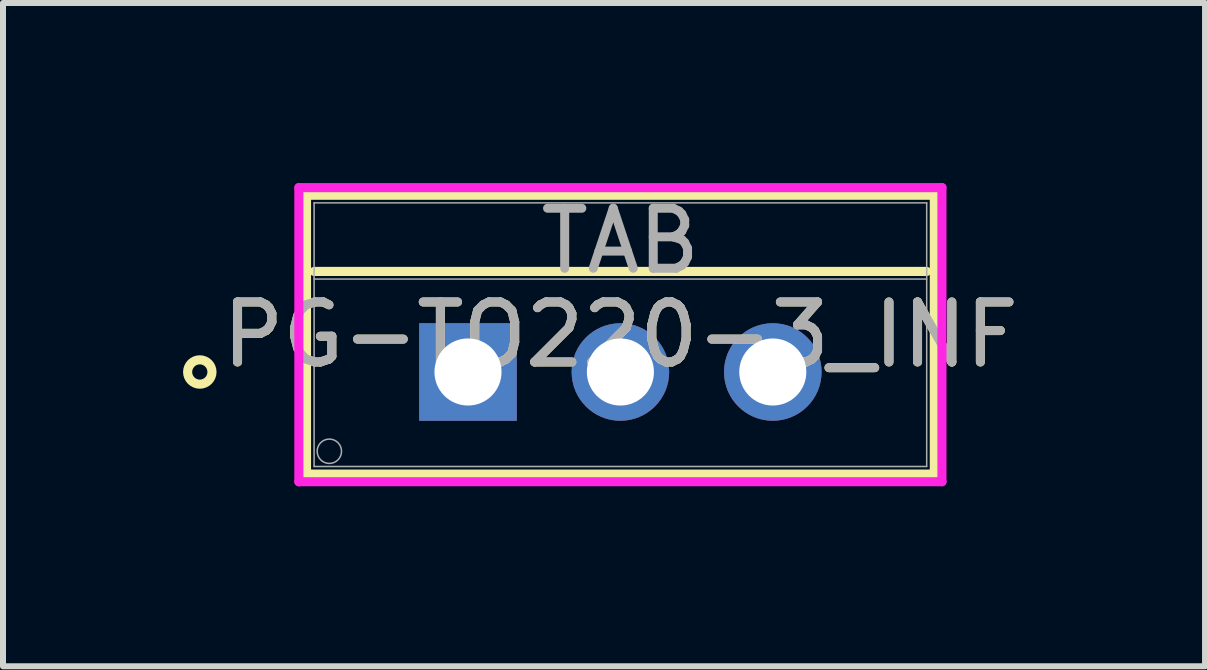
<source format=kicad_pcb>
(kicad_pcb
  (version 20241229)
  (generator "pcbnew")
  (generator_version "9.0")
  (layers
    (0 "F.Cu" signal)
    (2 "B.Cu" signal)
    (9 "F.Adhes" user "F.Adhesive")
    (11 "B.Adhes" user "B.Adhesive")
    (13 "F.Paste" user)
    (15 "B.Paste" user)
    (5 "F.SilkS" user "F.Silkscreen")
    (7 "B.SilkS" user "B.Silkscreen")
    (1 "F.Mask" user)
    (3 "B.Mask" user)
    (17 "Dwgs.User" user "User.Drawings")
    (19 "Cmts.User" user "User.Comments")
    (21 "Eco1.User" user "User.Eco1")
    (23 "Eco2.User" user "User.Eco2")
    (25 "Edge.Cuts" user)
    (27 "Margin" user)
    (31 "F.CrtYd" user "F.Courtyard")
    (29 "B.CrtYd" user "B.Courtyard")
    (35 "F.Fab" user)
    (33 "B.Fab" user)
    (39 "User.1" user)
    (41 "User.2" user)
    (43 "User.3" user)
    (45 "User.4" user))
  (footprint "PG-TO220-3_INF"
    (layer "F.Cu")
    (at 4.75 3.15)
    (property "Reference" "PG-TO220-3_INF" (at 2.54 -0.622 0) (unlocked yes) (layer "F.SilkS") (effects (font (size 1 1) (thickness 0.15))))
    (attr through_hole)
    (fp_line (start -2.692 -2.946) (end -2.692 1.702) (stroke (width 0.152) (type solid)) (layer "F.SilkS"))
    (fp_line (start -2.692 1.702) (end 7.772 1.702) (stroke (width 0.152) (type solid)) (layer "F.SilkS"))
    (fp_line (start -2.565 -1.676) (end 7.645 -1.676) (stroke (width 0.152) (type solid)) (layer "F.SilkS"))
    (fp_line (start 7.772 -2.946) (end -2.692 -2.946) (stroke (width 0.152) (type solid)) (layer "F.SilkS"))
    (fp_line (start 7.772 1.702) (end 7.772 -2.946) (stroke (width 0.152) (type solid)) (layer "F.SilkS"))
    (fp_circle (center -4.47 0) (end -4.267 0) (stroke (width 0.152) (type solid)) (fill no) (layer "F.SilkS"))
    (fp_line (start -2.819 -3.073) (end -2.819 1.829) (stroke (width 0.152) (type solid)) (layer "F.CrtYd"))
    (fp_line (start -2.819 1.829) (end 7.899 1.829) (stroke (width 0.152) (type solid)) (layer "F.CrtYd"))
    (fp_line (start 7.899 -3.073) (end -2.819 -3.073) (stroke (width 0.152) (type solid)) (layer "F.CrtYd"))
    (fp_line (start 7.899 1.829) (end 7.899 -3.073) (stroke (width 0.152) (type solid)) (layer "F.CrtYd"))
    (fp_line (start -2.565 -2.819) (end -2.565 1.575) (stroke (width 0.025) (type solid)) (layer "F.Fab"))
    (fp_line (start -2.565 -1.549) (end 7.645 -1.549) (stroke (width 0.025) (type solid)) (layer "F.Fab"))
    (fp_line (start -2.565 1.575) (end 7.645 1.575) (stroke (width 0.025) (type solid)) (layer "F.Fab"))
    (fp_line (start 7.645 -2.819) (end -2.565 -2.819) (stroke (width 0.025) (type solid)) (layer "F.Fab"))
    (fp_line (start 7.645 1.575) (end 7.645 -2.819) (stroke (width 0.025) (type solid)) (layer "F.Fab"))
    (fp_circle (center -2.311 1.321) (end -2.108 1.321) (stroke (width 0.025) (type solid)) (fill no) (layer "F.Fab"))
    (fp_text user "${REFERENCE}" (at 2.54 -0.622 0) (unlocked yes) (layer "F.Fab") (effects (font (size 1 1) (thickness 0.15))))
    (fp_text user "TAB" (at 2.54 -2.184 0) (unlocked yes) (layer "F.Fab") (effects (font (size 1 1) (thickness 0.15))))
    (pad "1" thru_hole rect (at 0 0) (size 1.626 1.626) (drill 1.118) (layers "*.Cu" "*.Mask"))
    (pad "2" thru_hole circle (at 2.54 0) (size 1.626 1.626) (drill 1.118) (layers "*.Cu" "*.Mask"))
    (pad "3" thru_hole circle (at 5.08 0) (size 1.626 1.626) (drill 1.118) (layers "*.Cu" "*.Mask")))
  (gr_rect
    (start -3 -3)
    (end 17.034 8.055)
    (stroke (width 0.1) (type default))
    (fill no)
    (layer "Edge.Cuts")))
</source>
